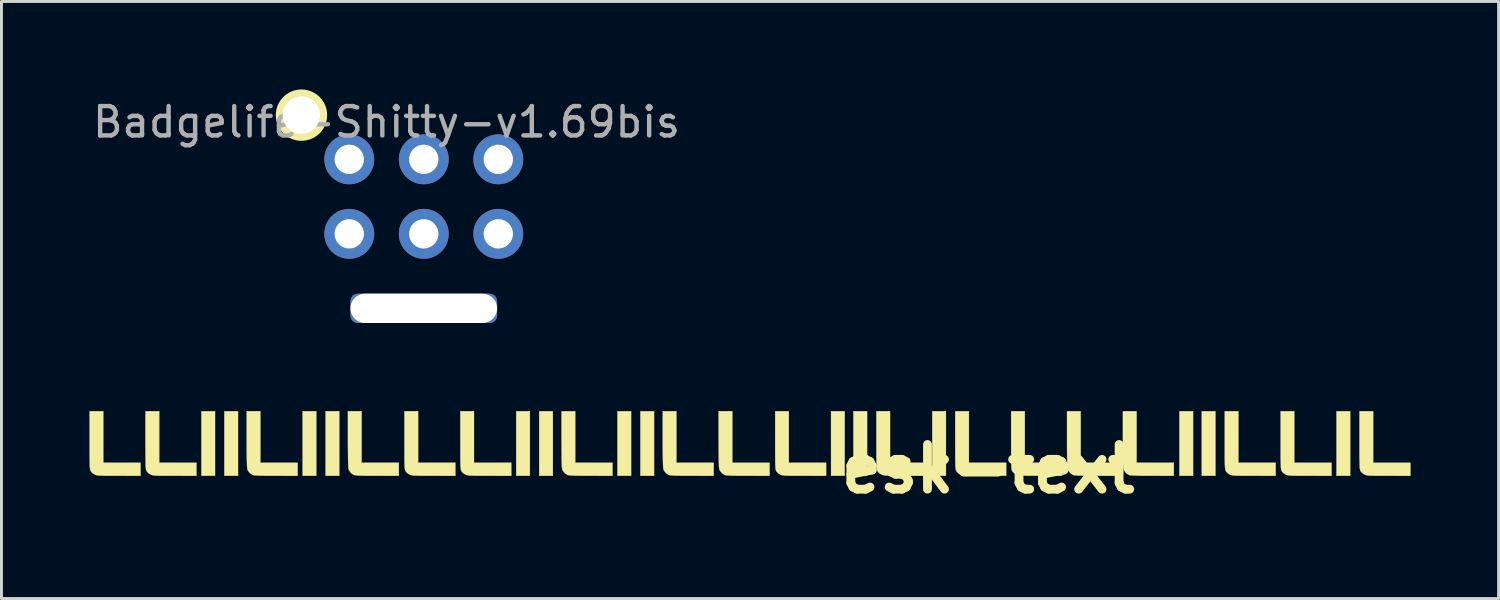
<source format=kicad_pcb>
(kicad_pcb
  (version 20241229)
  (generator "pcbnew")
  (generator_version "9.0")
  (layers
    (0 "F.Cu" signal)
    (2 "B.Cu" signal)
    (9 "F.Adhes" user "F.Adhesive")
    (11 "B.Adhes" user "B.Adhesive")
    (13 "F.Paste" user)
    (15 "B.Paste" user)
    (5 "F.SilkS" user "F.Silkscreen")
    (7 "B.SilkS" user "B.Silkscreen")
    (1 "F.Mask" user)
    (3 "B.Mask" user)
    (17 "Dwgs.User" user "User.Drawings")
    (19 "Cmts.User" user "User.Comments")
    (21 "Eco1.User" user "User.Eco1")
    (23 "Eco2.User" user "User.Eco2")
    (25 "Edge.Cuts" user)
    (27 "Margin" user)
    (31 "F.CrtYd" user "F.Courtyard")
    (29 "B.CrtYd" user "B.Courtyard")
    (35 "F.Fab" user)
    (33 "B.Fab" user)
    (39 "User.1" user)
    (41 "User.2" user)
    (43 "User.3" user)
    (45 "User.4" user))
  (footprint "esk-text"
    (layer "F.Cu")
    (at 20.713 12.185)
    (property "Reference" "esk-text" (at 9.92 0.75 0) (layer "F.SilkS") (effects (font (size 1.524 1.524) (thickness 0.3))))
    (attr through_hole)
    (fp_poly (pts (xy -16.433 0.983) (xy -16.898 0.983) (xy -16.898 -1.218) (xy -16.433 -1.218) (xy -16.433 0.983)) (stroke (width 0.01) (type solid)) (fill yes) (layer "F.SilkS"))
    (fp_poly (pts (xy -15.649 0.983) (xy -16.115 0.983) (xy -16.115 -1.218) (xy -15.649 -1.218) (xy -15.649 0.983)) (stroke (width 0.01) (type solid)) (fill yes) (layer "F.SilkS"))
    (fp_poly (pts (xy -12.982 0.983) (xy -13.448 0.983) (xy -13.448 -1.218) (xy -12.982 -1.218) (xy -12.982 0.983)) (stroke (width 0.01) (type solid)) (fill yes) (layer "F.SilkS"))
    (fp_poly (pts (xy -12.199 0.983) (xy -12.665 0.983) (xy -12.665 -1.218) (xy -12.199 -1.218) (xy -12.199 0.983)) (stroke (width 0.01) (type solid)) (fill yes) (layer "F.SilkS"))
    (fp_poly (pts (xy -5.701 0.983) (xy -6.167 0.983) (xy -6.167 -1.218) (xy -5.701 -1.218) (xy -5.701 0.983)) (stroke (width 0.01) (type solid)) (fill yes) (layer "F.SilkS"))
    (fp_poly (pts (xy -4.918 0.983) (xy -5.383 0.983) (xy -5.383 -1.218) (xy -4.918 -1.218) (xy -4.918 0.983)) (stroke (width 0.01) (type solid)) (fill yes) (layer "F.SilkS"))
    (fp_poly (pts (xy -2.251 0.983) (xy -2.716 0.983) (xy -2.716 -1.218) (xy -2.251 -1.218) (xy -2.251 0.983)) (stroke (width 0.01) (type solid)) (fill yes) (layer "F.SilkS"))
    (fp_poly (pts (xy -1.468 0.983) (xy -1.933 0.983) (xy -1.933 -1.218) (xy -1.468 -1.218) (xy -1.468 0.983)) (stroke (width 0.01) (type solid)) (fill yes) (layer "F.SilkS"))
    (fp_poly (pts (xy 5.03 0.983) (xy 4.565 0.983) (xy 4.565 -1.218) (xy 5.03 -1.218) (xy 5.03 0.983)) (stroke (width 0.01) (type solid)) (fill yes) (layer "F.SilkS"))
    (fp_poly (pts (xy 5.793 0.983) (xy 5.327 0.983) (xy 5.327 -1.218) (xy 5.793 -1.218) (xy 5.793 0.983)) (stroke (width 0.01) (type solid)) (fill yes) (layer "F.SilkS"))
    (fp_poly (pts (xy 8.481 0.983) (xy 8.015 0.983) (xy 8.015 -1.218) (xy 8.481 -1.218) (xy 8.481 0.983)) (stroke (width 0.01) (type solid)) (fill yes) (layer "F.SilkS"))
    (fp_poly (pts (xy 16.905 0.983) (xy 16.439 0.983) (xy 16.439 -1.218) (xy 16.905 -1.218) (xy 16.905 0.983)) (stroke (width 0.01) (type solid)) (fill yes) (layer "F.SilkS"))
    (fp_poly (pts (xy 17.667 0.983) (xy 17.201 0.983) (xy 17.201 -1.218) (xy 17.667 -1.218) (xy 17.667 0.983)) (stroke (width 0.01) (type solid)) (fill yes) (layer "F.SilkS"))
    (fp_poly (pts (xy 22.26 0.983) (xy 21.794 0.983) (xy 21.794 -1.218) (xy 22.26 -1.218) (xy 22.26 0.983)) (stroke (width 0.01) (type solid)) (fill yes) (layer "F.SilkS"))
    (fp_poly (pts (xy -14.887 0.538) (xy -13.617 0.538) (xy -13.617 0.983) (xy -14.353 0.982) (xy -14.563 0.981) (xy -14.735 0.98) (xy -14.872 0.978) (xy -14.977 0.974) (xy -15.055 0.969) (xy -15.11 0.963) (xy -15.144 0.956) (xy -15.152 0.953) (xy -15.243 0.892) (xy -15.312 0.804) (xy -15.33 0.764) (xy -15.337 0.726) (xy -15.342 0.646) (xy -15.346 0.525) (xy -15.349 0.363) (xy -15.352 0.163) (xy -15.353 -0.076) (xy -15.353 -0.257) (xy -15.353 -1.218) (xy -14.887 -1.218) (xy -14.887 0.538)) (stroke (width 0.01) (type solid)) (fill yes) (layer "F.SilkS"))
    (fp_poly (pts (xy -11.437 0.538) (xy -10.167 0.538) (xy -10.167 0.983) (xy -10.903 0.982) (xy -11.113 0.981) (xy -11.285 0.98) (xy -11.422 0.978) (xy -11.527 0.974) (xy -11.605 0.969) (xy -11.66 0.963) (xy -11.694 0.956) (xy -11.702 0.953) (xy -11.793 0.892) (xy -11.862 0.804) (xy -11.88 0.764) (xy -11.886 0.726) (xy -11.892 0.646) (xy -11.896 0.525) (xy -11.899 0.363) (xy -11.901 0.163) (xy -11.903 -0.076) (xy -11.903 -0.257) (xy -11.903 -1.218) (xy -11.437 -1.218) (xy -11.437 0.538)) (stroke (width 0.01) (type solid)) (fill yes) (layer "F.SilkS"))
    (fp_poly (pts (xy -4.156 0.538) (xy -2.886 0.538) (xy -2.886 0.983) (xy -3.621 0.982) (xy -3.832 0.981) (xy -4.003 0.98) (xy -4.14 0.978) (xy -4.246 0.974) (xy -4.324 0.969) (xy -4.378 0.963) (xy -4.413 0.956) (xy -4.42 0.953) (xy -4.511 0.892) (xy -4.58 0.804) (xy -4.599 0.764) (xy -4.605 0.726) (xy -4.61 0.646) (xy -4.615 0.525) (xy -4.618 0.363) (xy -4.62 0.163) (xy -4.621 -0.076) (xy -4.622 -0.257) (xy -4.622 -1.218) (xy -4.156 -1.218) (xy -4.156 0.538)) (stroke (width 0.01) (type solid)) (fill yes) (layer "F.SilkS"))
    (fp_poly (pts (xy -0.706 0.538) (xy 0.564 0.538) (xy 0.564 0.983) (xy -0.171 0.982) (xy -0.382 0.981) (xy -0.553 0.98) (xy -0.69 0.978) (xy -0.796 0.974) (xy -0.874 0.969) (xy -0.928 0.963) (xy -0.962 0.956) (xy -0.97 0.953) (xy -1.061 0.892) (xy -1.13 0.804) (xy -1.149 0.764) (xy -1.155 0.726) (xy -1.16 0.646) (xy -1.164 0.525) (xy -1.168 0.363) (xy -1.17 0.163) (xy -1.171 -0.076) (xy -1.171 -0.257) (xy -1.171 -1.218) (xy -0.706 -1.218) (xy -0.706 0.538)) (stroke (width 0.01) (type solid)) (fill yes) (layer "F.SilkS"))
    (fp_poly (pts (xy 1.199 0.538) (xy 2.469 0.538) (xy 2.469 0.983) (xy 1.734 0.982) (xy 1.523 0.981) (xy 1.352 0.98) (xy 1.215 0.978) (xy 1.109 0.974) (xy 1.031 0.969) (xy 0.977 0.963) (xy 0.943 0.956) (xy 0.935 0.953) (xy 0.844 0.892) (xy 0.775 0.804) (xy 0.756 0.764) (xy 0.75 0.726) (xy 0.745 0.646) (xy 0.741 0.525) (xy 0.737 0.363) (xy 0.735 0.163) (xy 0.734 -0.076) (xy 0.734 -0.257) (xy 0.734 -1.218) (xy 1.199 -1.218) (xy 1.199 0.538)) (stroke (width 0.01) (type solid)) (fill yes) (layer "F.SilkS"))
    (fp_poly (pts (xy 13.074 0.538) (xy 14.344 0.538) (xy 14.344 0.983) (xy 13.608 0.982) (xy 13.398 0.981) (xy 13.226 0.98) (xy 13.089 0.978) (xy 12.984 0.974) (xy 12.906 0.969) (xy 12.851 0.963) (xy 12.817 0.956) (xy 12.809 0.953) (xy 12.718 0.892) (xy 12.649 0.804) (xy 12.631 0.764) (xy 12.625 0.726) (xy 12.619 0.646) (xy 12.615 0.525) (xy 12.612 0.363) (xy 12.61 0.163) (xy 12.608 -0.076) (xy 12.608 -0.257) (xy 12.608 -1.218) (xy 13.074 -1.218) (xy 13.074 0.538)) (stroke (width 0.01) (type solid)) (fill yes) (layer "F.SilkS"))
    (fp_poly (pts (xy 14.979 0.538) (xy 16.249 0.538) (xy 16.249 0.983) (xy 15.513 0.982) (xy 15.303 0.981) (xy 15.131 0.98) (xy 14.994 0.978) (xy 14.889 0.974) (xy 14.811 0.969) (xy 14.756 0.963) (xy 14.722 0.956) (xy 14.714 0.953) (xy 14.623 0.892) (xy 14.554 0.804) (xy 14.536 0.764) (xy 14.53 0.726) (xy 14.524 0.646) (xy 14.52 0.525) (xy 14.517 0.363) (xy 14.515 0.163) (xy 14.513 -0.076) (xy 14.513 -0.257) (xy 14.513 -1.218) (xy 14.979 -1.218) (xy 14.979 0.538)) (stroke (width 0.01) (type solid)) (fill yes) (layer "F.SilkS"))
    (fp_poly (pts (xy -20.242 0.538) (xy -18.973 0.538) (xy -18.973 0.983) (xy -19.708 0.982) (xy -19.906 0.982) (xy -20.066 0.981) (xy -20.193 0.98) (xy -20.291 0.978) (xy -20.367 0.975) (xy -20.423 0.97) (xy -20.464 0.964) (xy -20.497 0.955) (xy -20.524 0.945) (xy -20.533 0.941) (xy -20.605 0.896) (xy -20.661 0.838) (xy -20.665 0.831) (xy -20.675 0.813) (xy -20.684 0.793) (xy -20.69 0.766) (xy -20.696 0.73) (xy -20.7 0.679) (xy -20.703 0.611) (xy -20.705 0.521) (xy -20.707 0.406) (xy -20.707 0.262) (xy -20.708 0.084) (xy -20.708 -0.13) (xy -20.708 -0.229) (xy -20.708 -1.218) (xy -20.242 -1.218) (xy -20.242 0.538)) (stroke (width 0.01) (type solid)) (fill yes) (layer "F.SilkS"))
    (fp_poly (pts (xy -18.337 0.538) (xy -17.067 0.538) (xy -17.067 0.983) (xy -17.803 0.982) (xy -18.001 0.982) (xy -18.161 0.981) (xy -18.288 0.98) (xy -18.386 0.978) (xy -18.462 0.975) (xy -18.518 0.97) (xy -18.559 0.964) (xy -18.592 0.955) (xy -18.619 0.945) (xy -18.628 0.941) (xy -18.7 0.896) (xy -18.756 0.838) (xy -18.76 0.831) (xy -18.77 0.813) (xy -18.779 0.793) (xy -18.785 0.766) (xy -18.791 0.73) (xy -18.795 0.679) (xy -18.798 0.611) (xy -18.8 0.521) (xy -18.802 0.406) (xy -18.802 0.262) (xy -18.803 0.084) (xy -18.803 -0.13) (xy -18.803 -0.229) (xy -18.803 -1.218) (xy -18.337 -1.218) (xy -18.337 0.538)) (stroke (width 0.01) (type solid)) (fill yes) (layer "F.SilkS"))
    (fp_poly (pts (xy -9.511 0.538) (xy -8.241 0.538) (xy -8.241 0.983) (xy -8.977 0.982) (xy -9.174 0.982) (xy -9.334 0.981) (xy -9.461 0.98) (xy -9.56 0.978) (xy -9.635 0.975) (xy -9.691 0.97) (xy -9.733 0.964) (xy -9.765 0.955) (xy -9.792 0.945) (xy -9.802 0.941) (xy -9.874 0.896) (xy -9.929 0.838) (xy -9.934 0.831) (xy -9.944 0.813) (xy -9.952 0.793) (xy -9.959 0.766) (xy -9.964 0.73) (xy -9.968 0.679) (xy -9.971 0.611) (xy -9.974 0.521) (xy -9.975 0.406) (xy -9.976 0.262) (xy -9.976 0.084) (xy -9.977 -0.13) (xy -9.977 -0.229) (xy -9.977 -1.218) (xy -9.511 -1.218) (xy -9.511 0.538)) (stroke (width 0.01) (type solid)) (fill yes) (layer "F.SilkS"))
    (fp_poly (pts (xy -7.606 0.538) (xy -6.336 0.538) (xy -6.336 0.983) (xy -7.072 0.982) (xy -7.269 0.982) (xy -7.429 0.981) (xy -7.556 0.98) (xy -7.655 0.978) (xy -7.73 0.975) (xy -7.786 0.97) (xy -7.828 0.964) (xy -7.86 0.955) (xy -7.887 0.945) (xy -7.897 0.941) (xy -7.969 0.896) (xy -8.024 0.838) (xy -8.029 0.831) (xy -8.039 0.813) (xy -8.047 0.793) (xy -8.054 0.766) (xy -8.059 0.73) (xy -8.063 0.679) (xy -8.066 0.611) (xy -8.069 0.521) (xy -8.07 0.406) (xy -8.071 0.262) (xy -8.071 0.084) (xy -8.072 -0.13) (xy -8.072 -0.229) (xy -8.072 -1.218) (xy -7.606 -1.218) (xy -7.606 0.538)) (stroke (width 0.01) (type solid)) (fill yes) (layer "F.SilkS"))
    (fp_poly (pts (xy 3.126 0.538) (xy 4.396 0.538) (xy 4.396 0.983) (xy 3.66 0.982) (xy 3.462 0.982) (xy 3.302 0.981) (xy 3.175 0.98) (xy 3.077 0.978) (xy 3.001 0.975) (xy 2.945 0.97) (xy 2.904 0.964) (xy 2.871 0.955) (xy 2.844 0.945) (xy 2.835 0.941) (xy 2.763 0.896) (xy 2.707 0.838) (xy 2.703 0.831) (xy 2.693 0.813) (xy 2.684 0.793) (xy 2.678 0.766) (xy 2.672 0.73) (xy 2.668 0.679) (xy 2.665 0.611) (xy 2.663 0.521) (xy 2.661 0.406) (xy 2.661 0.262) (xy 2.66 0.084) (xy 2.66 -0.13) (xy 2.66 -0.229) (xy 2.66 -1.218) (xy 3.126 -1.218) (xy 3.126 0.538)) (stroke (width 0.01) (type solid)) (fill yes) (layer "F.SilkS"))
    (fp_poly (pts (xy 6.576 0.538) (xy 7.846 0.538) (xy 7.846 0.983) (xy 7.11 0.982) (xy 6.912 0.982) (xy 6.752 0.981) (xy 6.625 0.98) (xy 6.527 0.978) (xy 6.452 0.975) (xy 6.396 0.97) (xy 6.354 0.964) (xy 6.322 0.955) (xy 6.294 0.945) (xy 6.285 0.941) (xy 6.213 0.896) (xy 6.158 0.838) (xy 6.153 0.831) (xy 6.143 0.813) (xy 6.135 0.793) (xy 6.128 0.766) (xy 6.123 0.73) (xy 6.118 0.679) (xy 6.115 0.611) (xy 6.113 0.521) (xy 6.112 0.406) (xy 6.111 0.262) (xy 6.11 0.084) (xy 6.11 -0.13) (xy 6.11 -0.229) (xy 6.11 -1.218) (xy 6.576 -1.218) (xy 6.576 0.538)) (stroke (width 0.01) (type solid)) (fill yes) (layer "F.SilkS"))
    (fp_poly (pts (xy 9.264 0.538) (xy 10.534 0.538) (xy 10.534 0.983) (xy 9.798 0.982) (xy 9.601 0.982) (xy 9.441 0.981) (xy 9.314 0.98) (xy 9.215 0.978) (xy 9.14 0.975) (xy 9.084 0.97) (xy 9.042 0.964) (xy 9.01 0.955) (xy 8.982 0.945) (xy 8.973 0.941) (xy 8.901 0.896) (xy 8.846 0.838) (xy 8.841 0.831) (xy 8.831 0.813) (xy 8.823 0.793) (xy 8.816 0.766) (xy 8.811 0.73) (xy 8.806 0.679) (xy 8.803 0.611) (xy 8.801 0.521) (xy 8.8 0.406) (xy 8.799 0.262) (xy 8.798 0.084) (xy 8.798 -0.13) (xy 8.798 -0.229) (xy 8.798 -1.218) (xy 9.264 -1.218) (xy 9.264 0.538)) (stroke (width 0.01) (type solid)) (fill yes) (layer "F.SilkS"))
    (fp_poly (pts (xy 11.169 0.538) (xy 12.439 0.538) (xy 12.439 0.983) (xy 11.703 0.982) (xy 11.506 0.982) (xy 11.346 0.981) (xy 11.219 0.98) (xy 11.12 0.978) (xy 11.045 0.975) (xy 10.989 0.97) (xy 10.947 0.964) (xy 10.915 0.955) (xy 10.887 0.945) (xy 10.878 0.941) (xy 10.806 0.896) (xy 10.751 0.838) (xy 10.746 0.831) (xy 10.736 0.813) (xy 10.728 0.793) (xy 10.721 0.766) (xy 10.716 0.73) (xy 10.711 0.679) (xy 10.708 0.611) (xy 10.706 0.521) (xy 10.705 0.406) (xy 10.704 0.262) (xy 10.703 0.084) (xy 10.703 -0.13) (xy 10.703 -0.229) (xy 10.703 -1.218) (xy 11.169 -1.218) (xy 11.169 0.538)) (stroke (width 0.01) (type solid)) (fill yes) (layer "F.SilkS"))
    (fp_poly (pts (xy 18.45 0.538) (xy 19.72 0.538) (xy 19.72 0.983) (xy 18.985 0.982) (xy 18.787 0.982) (xy 18.627 0.981) (xy 18.5 0.98) (xy 18.401 0.978) (xy 18.326 0.975) (xy 18.27 0.97) (xy 18.228 0.964) (xy 18.196 0.955) (xy 18.169 0.945) (xy 18.16 0.941) (xy 18.088 0.896) (xy 18.032 0.838) (xy 18.027 0.831) (xy 18.017 0.813) (xy 18.009 0.793) (xy 18.002 0.766) (xy 17.997 0.73) (xy 17.993 0.679) (xy 17.99 0.611) (xy 17.988 0.521) (xy 17.986 0.406) (xy 17.985 0.262) (xy 17.985 0.084) (xy 17.985 -0.13) (xy 17.985 -0.229) (xy 17.985 -1.218) (xy 18.45 -1.218) (xy 18.45 0.538)) (stroke (width 0.01) (type solid)) (fill yes) (layer "F.SilkS"))
    (fp_poly (pts (xy 20.355 0.538) (xy 21.625 0.538) (xy 21.625 0.983) (xy 20.89 0.982) (xy 20.692 0.982) (xy 20.532 0.981) (xy 20.405 0.98) (xy 20.306 0.978) (xy 20.231 0.975) (xy 20.175 0.97) (xy 20.133 0.964) (xy 20.101 0.955) (xy 20.074 0.945) (xy 20.065 0.941) (xy 19.993 0.896) (xy 19.937 0.838) (xy 19.932 0.831) (xy 19.922 0.813) (xy 19.914 0.793) (xy 19.907 0.766) (xy 19.902 0.73) (xy 19.898 0.679) (xy 19.895 0.611) (xy 19.893 0.521) (xy 19.891 0.406) (xy 19.89 0.262) (xy 19.89 0.084) (xy 19.89 -0.13) (xy 19.89 -0.229) (xy 19.89 -1.218) (xy 20.355 -1.218) (xy 20.355 0.538)) (stroke (width 0.01) (type solid)) (fill yes) (layer "F.SilkS"))
    (fp_poly (pts (xy 23.043 0.538) (xy 24.313 0.538) (xy 24.313 0.983) (xy 23.578 0.982) (xy 23.38 0.982) (xy 23.22 0.981) (xy 23.093 0.98) (xy 22.994 0.978) (xy 22.919 0.975) (xy 22.863 0.97) (xy 22.821 0.964) (xy 22.789 0.955) (xy 22.762 0.945) (xy 22.753 0.941) (xy 22.681 0.896) (xy 22.625 0.838) (xy 22.621 0.831) (xy 22.611 0.813) (xy 22.602 0.793) (xy 22.596 0.766) (xy 22.59 0.73) (xy 22.586 0.679) (xy 22.583 0.611) (xy 22.581 0.521) (xy 22.579 0.406) (xy 22.578 0.262) (xy 22.578 0.084) (xy 22.578 -0.13) (xy 22.578 -0.229) (xy 22.578 -1.218) (xy 23.043 -1.218) (xy 23.043 0.538)) (stroke (width 0.01) (type solid)) (fill yes) (layer "F.SilkS")))
  (footprint "Badgelife-Shitty-v1.69bis"
    (layer "F.Cu")
    (at 11.395 3.651)
    (property "Reference" "Badgelife-Shitty-v1.69bis" (at -1.27 -2.54 0) (layer "F.Fab") (effects (font (size 1 1) (thickness 0.15))))
    (attr through_hole)
    (fp_circle (center -4.169 -2.776) (end -4.069 -2.776) (stroke (width 0.15) (type solid)) (fill no) (layer "F.SilkS"))
    (fp_circle (center -4.169 -2.776) (end -3.969 -2.776) (stroke (width 0.15) (type solid)) (fill no) (layer "F.SilkS"))
    (fp_circle (center -4.169 -2.776) (end -3.869 -2.776) (stroke (width 0.15) (type solid)) (fill no) (layer "F.SilkS"))
    (fp_circle (center -4.169 -2.776) (end -3.769 -2.876) (stroke (width 0.15) (type solid)) (fill no) (layer "F.SilkS"))
    (fp_circle (center -4.169 -2.776) (end -3.669 -2.976) (stroke (width 0.15) (type solid)) (fill no) (layer "F.SilkS"))
    (fp_circle (center -4.169 -2.776) (end -3.569 -3.076) (stroke (width 0.15) (type solid)) (fill no) (layer "F.SilkS"))
    (fp_circle (center -4.169 -2.776) (end -3.369 -2.776) (stroke (width 0.15) (type solid)) (fill no) (layer "F.SilkS"))
    (pad "" np_thru_hole circle (at -4.173 -2.776) (size 1.524 1.524) (drill 1.27) (layers "*.Cu" "*.Mask"))
    (pad "" np_thru_hole roundrect (at 0 3.81) (size 5 1) (drill oval 5 1) (layers "*.Cu" "*.Mask") (roundrect_rratio 0.25))
    (pad "1" thru_hole oval (at -2.54 -1.27) (size 1.7 1.7) (drill 1) (layers "*.Cu" "*.Mask"))
    (pad "2" thru_hole circle (at 0 -1.27) (size 1.7 1.7) (drill 1) (layers "*.Cu" "*.Mask"))
    (pad "3" thru_hole circle (at 2.54 -1.27) (size 1.7 1.7) (drill 1) (layers "*.Cu" "*.Mask"))
    (pad "4" thru_hole oval (at -2.54 1.27) (size 1.7 1.7) (drill 1) (layers "*.Cu" "*.Mask"))
    (pad "5" thru_hole oval (at 0 1.27) (size 1.7 1.7) (drill 1) (layers "*.Cu" "*.Mask"))
    (pad "6" thru_hole oval (at 2.54 1.27) (size 1.7 1.7) (drill 1) (layers "*.Cu" "*.Mask")))
  (gr_rect
    (start -3 -3)
    (end 48.032 17.353)
    (stroke (width 0.1) (type default))
    (fill no)
    (layer "Edge.Cuts")))
</source>
